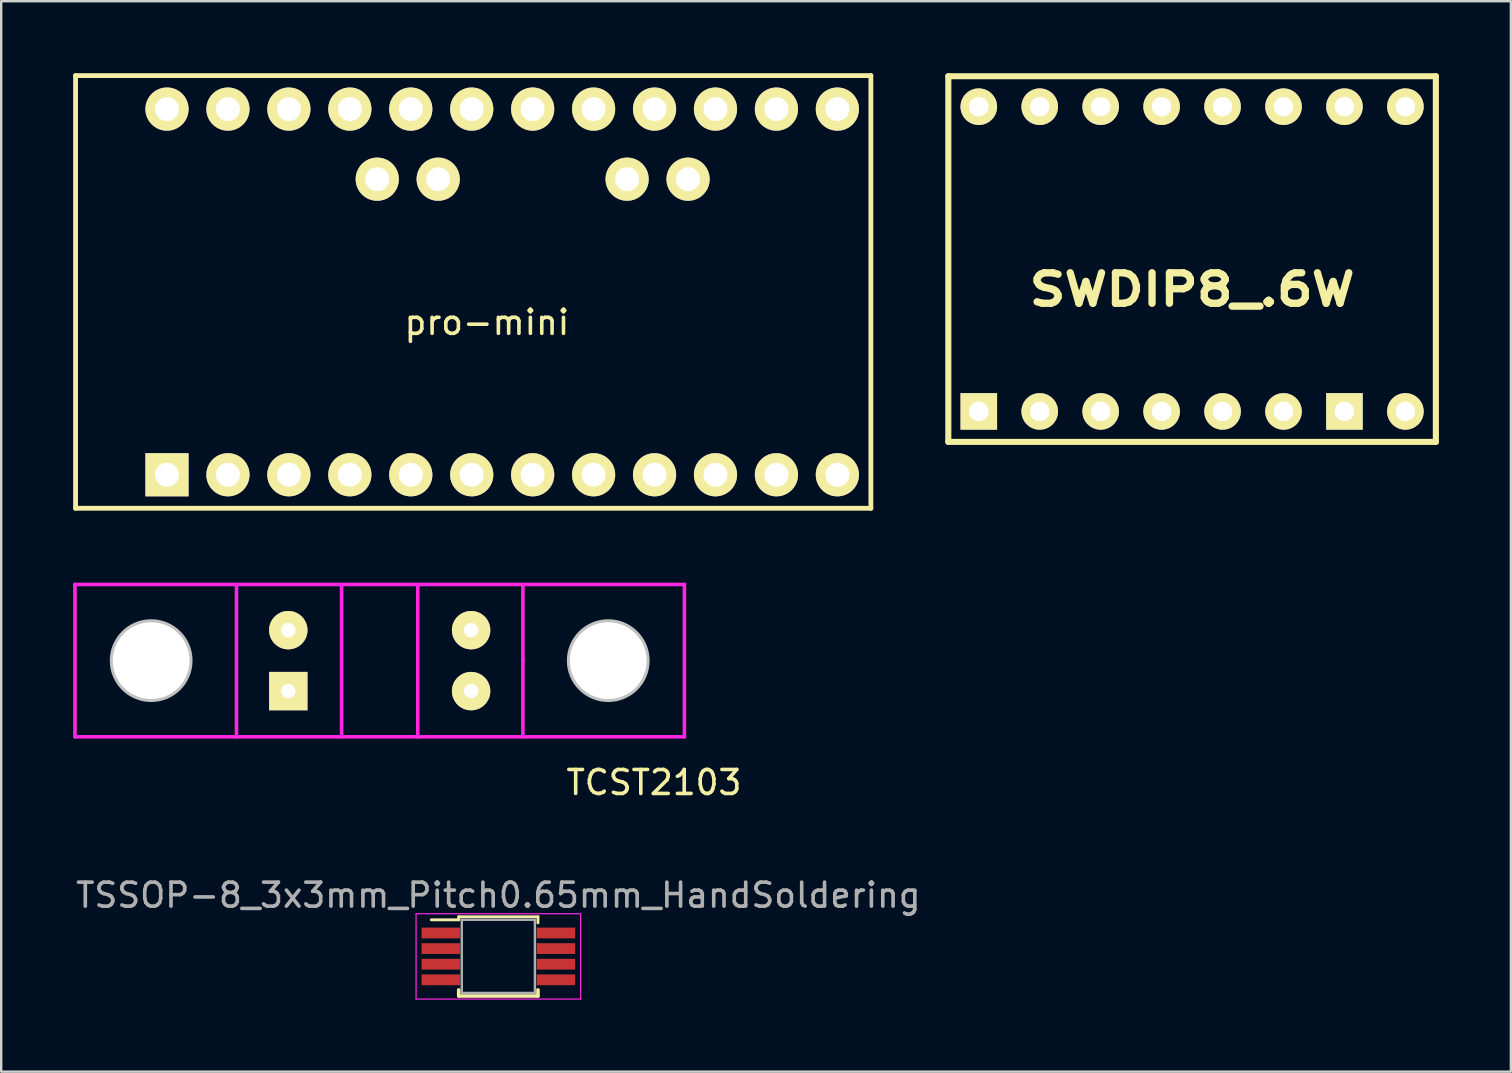
<source format=kicad_pcb>
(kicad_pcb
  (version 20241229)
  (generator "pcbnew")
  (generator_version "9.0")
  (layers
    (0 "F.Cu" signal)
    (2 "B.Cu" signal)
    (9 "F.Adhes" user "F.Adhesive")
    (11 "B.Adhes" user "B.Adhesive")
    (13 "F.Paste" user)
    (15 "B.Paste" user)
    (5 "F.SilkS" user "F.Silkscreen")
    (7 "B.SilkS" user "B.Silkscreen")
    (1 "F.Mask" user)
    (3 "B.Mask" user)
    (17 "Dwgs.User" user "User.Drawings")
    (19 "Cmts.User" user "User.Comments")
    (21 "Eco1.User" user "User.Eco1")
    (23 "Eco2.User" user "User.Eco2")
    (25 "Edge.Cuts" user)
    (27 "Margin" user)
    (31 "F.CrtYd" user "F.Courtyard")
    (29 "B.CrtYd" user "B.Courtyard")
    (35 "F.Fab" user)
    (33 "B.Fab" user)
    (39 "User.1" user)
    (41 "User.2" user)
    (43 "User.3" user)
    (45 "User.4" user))
  (footprint "TCST2103"
    (layer "F.Cu")
    (at 12.775 24.484)
    (property "Reference" "TCST2103" (at 11.43 5.08 0) (layer "F.SilkS") (effects (font (size 1 1) (thickness 0.15))))
    (attr through_hole)
    (fp_circle (center -9.525 0) (end -11.175 0) (stroke (width 0.15) (type solid)) (fill no) (layer "Dwgs.User"))
    (fp_circle (center 9.525 0) (end 11.175 0) (stroke (width 0.15) (type solid)) (fill no) (layer "Dwgs.User"))
    (fp_line (start -12.7 -3.175) (end -12.7 3.175) (stroke (width 0.15) (type solid)) (layer "F.CrtYd"))
    (fp_line (start -12.7 -3.175) (end 12.7 -3.175) (stroke (width 0.15) (type solid)) (layer "F.CrtYd"))
    (fp_line (start -5.969 -3.111) (end -5.969 3.175) (stroke (width 0.15) (type solid)) (layer "F.CrtYd"))
    (fp_line (start -1.587 -3.111) (end -1.587 3.175) (stroke (width 0.15) (type solid)) (layer "F.CrtYd"))
    (fp_line (start 1.587 -3.111) (end 1.587 3.175) (stroke (width 0.15) (type solid)) (layer "F.CrtYd"))
    (fp_line (start 5.969 0) (end 5.969 -3.111) (stroke (width 0.15) (type solid)) (layer "F.CrtYd"))
    (fp_line (start 5.969 0) (end 5.969 3.175) (stroke (width 0.15) (type solid)) (layer "F.CrtYd"))
    (fp_line (start 12.7 -3.175) (end 12.7 3.175) (stroke (width 0.15) (type solid)) (layer "F.CrtYd"))
    (fp_line (start 12.7 3.175) (end -12.7 3.175) (stroke (width 0.15) (type solid)) (layer "F.CrtYd"))
    (pad "" np_thru_hole circle (at -9.525 0) (size 3.2 3.2) (drill 3.2) (layers "*.Cu" "*.Mask" "F.SilkS"))
    (pad "" np_thru_hole circle (at 9.525 0) (size 3.2 3.2) (drill 3.2) (layers "*.Cu" "*.Mask" "F.SilkS"))
    (pad "1" thru_hole circle (at -3.81 -1.27) (size 1.6 1.6) (drill 0.6) (layers "*.Cu" "*.Mask" "F.SilkS"))
    (pad "2" thru_hole rect (at -3.81 1.27) (size 1.6 1.6) (drill 0.6) (layers "*.Cu" "*.Mask" "F.SilkS"))
    (pad "3" thru_hole circle (at 3.81 1.27) (size 1.6 1.6) (drill 0.6) (layers "*.Cu" "*.Mask" "F.SilkS"))
    (pad "4" thru_hole circle (at 3.81 -1.27) (size 1.6 1.6) (drill 0.6) (layers "*.Cu" "*.Mask" "F.SilkS")))
  (footprint "SWDIP8_.6W"
    (layer "F.Cu")
    (at 46.634 7.747)
    (property "Reference" "SWDIP8_.6W" (at 0 1.27 0) (layer "F.SilkS") (effects (font (size 1.27 1.524) (thickness 0.305))))
    (attr through_hole)
    (fp_line (start -10.16 -7.62) (end 10.16 -7.62) (stroke (width 0.254) (type solid)) (layer "F.SilkS"))
    (fp_line (start -10.16 7.62) (end -10.16 -7.62) (stroke (width 0.254) (type solid)) (layer "F.SilkS"))
    (fp_line (start 10.16 -7.62) (end 10.16 7.62) (stroke (width 0.254) (type solid)) (layer "F.SilkS"))
    (fp_line (start 10.16 7.62) (end -10.16 7.62) (stroke (width 0.254) (type solid)) (layer "F.SilkS"))
    (pad "1" thru_hole rect (at -8.89 6.35) (size 1.524 1.524) (drill 0.813) (layers "*.Cu" "*.Mask" "F.SilkS"))
    (pad "2" thru_hole circle (at -6.35 6.35) (size 1.524 1.524) (drill 0.813) (layers "*.Cu" "*.Mask" "F.SilkS"))
    (pad "3" thru_hole circle (at -3.81 6.35) (size 1.524 1.524) (drill 0.813) (layers "*.Cu" "*.Mask" "F.SilkS"))
    (pad "4" thru_hole circle (at -1.27 6.35) (size 1.524 1.524) (drill 0.813) (layers "*.Cu" "*.Mask" "F.SilkS"))
    (pad "5" thru_hole circle (at 1.27 6.35) (size 1.524 1.524) (drill 0.813) (layers "*.Cu" "*.Mask" "F.SilkS"))
    (pad "6" thru_hole circle (at 3.81 6.35) (size 1.524 1.524) (drill 0.813) (layers "*.Cu" "*.Mask" "F.SilkS"))
    (pad "7" thru_hole rect (at 6.35 6.35) (size 1.524 1.524) (drill 0.813) (layers "*.Cu" "*.Mask" "F.SilkS"))
    (pad "8" thru_hole circle (at 8.89 6.35) (size 1.524 1.524) (drill 0.813) (layers "*.Cu" "*.Mask" "F.SilkS"))
    (pad "9" thru_hole circle (at 8.89 -6.35) (size 1.524 1.524) (drill 0.813) (layers "*.Cu" "*.Mask" "F.SilkS"))
    (pad "10" thru_hole circle (at 6.35 -6.35) (size 1.524 1.524) (drill 0.813) (layers "*.Cu" "*.Mask" "F.SilkS"))
    (pad "11" thru_hole circle (at 3.81 -6.35) (size 1.524 1.524) (drill 0.813) (layers "*.Cu" "*.Mask" "F.SilkS"))
    (pad "12" thru_hole circle (at 1.27 -6.35) (size 1.524 1.524) (drill 0.813) (layers "*.Cu" "*.Mask" "F.SilkS"))
    (pad "13" thru_hole circle (at -1.27 -6.35) (size 1.524 1.524) (drill 0.813) (layers "*.Cu" "*.Mask" "F.SilkS"))
    (pad "14" thru_hole circle (at -3.81 -6.35) (size 1.524 1.524) (drill 0.813) (layers "*.Cu" "*.Mask" "F.SilkS"))
    (pad "15" thru_hole circle (at -6.35 -6.35) (size 1.524 1.524) (drill 0.813) (layers "*.Cu" "*.Mask" "F.SilkS"))
    (pad "16" thru_hole circle (at -8.89 -6.35) (size 1.524 1.524) (drill 0.813) (layers "*.Cu" "*.Mask" "F.SilkS")))
  (footprint "pro-mini"
    (layer "F.Cu")
    (at 16.61 9.117)
    (property "Reference" "pro-mini" (at 0.635 1.27 0) (layer "F.SilkS") (effects (font (size 1 1) (thickness 0.15))))
    (attr through_hole)
    (fp_line (start -16.51 -9.017) (end -16.51 9.017) (stroke (width 0.2) (type solid)) (layer "F.SilkS"))
    (fp_line (start -16.51 9.017) (end 16.637 9.017) (stroke (width 0.2) (type solid)) (layer "F.SilkS"))
    (fp_line (start 16.637 -9.017) (end -16.51 -9.017) (stroke (width 0.2) (type solid)) (layer "F.SilkS"))
    (fp_line (start 16.637 -9.017) (end 16.637 9.017) (stroke (width 0.2) (type solid)) (layer "F.SilkS"))
    (pad "1" thru_hole rect (at -12.7 7.62) (size 1.8 1.8) (drill 1) (layers "*.Cu" "*.Mask" "F.SilkS"))
    (pad "2" thru_hole circle (at -10.16 7.62) (size 1.8 1.8) (drill 1) (layers "*.Cu" "*.Mask" "F.SilkS"))
    (pad "3" thru_hole circle (at -7.62 7.62) (size 1.8 1.8) (drill 1) (layers "*.Cu" "*.Mask" "F.SilkS"))
    (pad "4" thru_hole circle (at -5.08 7.62) (size 1.8 1.8) (drill 1) (layers "*.Cu" "*.Mask" "F.SilkS"))
    (pad "5" thru_hole circle (at -2.54 7.62) (size 1.8 1.8) (drill 1) (layers "*.Cu" "*.Mask" "F.SilkS"))
    (pad "6" thru_hole circle (at 0 7.62) (size 1.8 1.8) (drill 1) (layers "*.Cu" "*.Mask" "F.SilkS"))
    (pad "7" thru_hole circle (at 2.54 7.62) (size 1.8 1.8) (drill 1) (layers "*.Cu" "*.Mask" "F.SilkS"))
    (pad "8" thru_hole circle (at 5.08 7.62) (size 1.8 1.8) (drill 1) (layers "*.Cu" "*.Mask" "F.SilkS"))
    (pad "9" thru_hole circle (at 7.62 7.62) (size 1.8 1.8) (drill 1) (layers "*.Cu" "*.Mask" "F.SilkS"))
    (pad "10" thru_hole circle (at 10.16 7.62) (size 1.8 1.8) (drill 1) (layers "*.Cu" "*.Mask" "F.SilkS"))
    (pad "11" thru_hole circle (at 12.7 7.62) (size 1.8 1.8) (drill 1) (layers "*.Cu" "*.Mask" "F.SilkS"))
    (pad "12" thru_hole circle (at 15.24 7.62) (size 1.8 1.8) (drill 1) (layers "*.Cu" "*.Mask" "F.SilkS"))
    (pad "13" thru_hole circle (at 15.24 -7.62) (size 1.8 1.8) (drill 1) (layers "*.Cu" "*.Mask" "F.SilkS"))
    (pad "14" thru_hole circle (at 12.7 -7.62) (size 1.8 1.8) (drill 1) (layers "*.Cu" "*.Mask" "F.SilkS"))
    (pad "15" thru_hole circle (at 10.16 -7.62) (size 1.8 1.8) (drill 1) (layers "*.Cu" "*.Mask" "F.SilkS"))
    (pad "16" thru_hole circle (at 7.62 -7.62) (size 1.8 1.8) (drill 1) (layers "*.Cu" "*.Mask" "F.SilkS"))
    (pad "17" thru_hole circle (at 9.017 -4.699) (size 1.8 1.8) (drill 1) (layers "*.Cu" "*.Mask" "F.SilkS"))
    (pad "18" thru_hole circle (at 6.477 -4.699) (size 1.8 1.8) (drill 1) (layers "*.Cu" "*.Mask" "F.SilkS"))
    (pad "19" thru_hole circle (at 5.08 -7.62) (size 1.8 1.8) (drill 1) (layers "*.Cu" "*.Mask" "F.SilkS"))
    (pad "20" thru_hole circle (at 2.54 -7.62) (size 1.8 1.8) (drill 1) (layers "*.Cu" "*.Mask" "F.SilkS"))
    (pad "21" thru_hole circle (at 0 -7.62) (size 1.8 1.8) (drill 1) (layers "*.Cu" "*.Mask" "F.SilkS"))
    (pad "22" thru_hole circle (at -2.54 -7.62) (size 1.8 1.8) (drill 1) (layers "*.Cu" "*.Mask" "F.SilkS"))
    (pad "23" thru_hole circle (at -1.397 -4.699) (size 1.8 1.8) (drill 1) (layers "*.Cu" "*.Mask" "F.SilkS"))
    (pad "24" thru_hole circle (at -3.937 -4.699) (size 1.8 1.8) (drill 1) (layers "*.Cu" "*.Mask" "F.SilkS"))
    (pad "25" thru_hole circle (at -5.08 -7.62) (size 1.8 1.8) (drill 1) (layers "*.Cu" "*.Mask" "F.SilkS"))
    (pad "26" thru_hole circle (at -7.62 -7.62) (size 1.8 1.8) (drill 1) (layers "*.Cu" "*.Mask" "F.SilkS"))
    (pad "27" thru_hole circle (at -10.16 -7.62) (size 1.8 1.8) (drill 1) (layers "*.Cu" "*.Mask" "F.SilkS"))
    (pad "28" thru_hole circle (at -12.7 -7.62) (size 1.8 1.8) (drill 1) (layers "*.Cu" "*.Mask" "F.SilkS")))
  (footprint "TSSOP-8_3x3mm_Pitch0.65mm_HandSoldering"
    (layer "F.Cu")
    (at 17.72 36.81)
    (property "Reference" "TSSOP-8_3x3mm_Pitch0.65mm_HandSoldering" (at 0 -2.55 0) (layer "F.Fab") (effects (font (size 1 1) (thickness 0.15))))
    (attr smd)
    (fp_line (start -1.651 -1.651) (end -1.651 -1.524) (stroke (width 0.12) (type solid)) (layer "F.SilkS"))
    (fp_line (start -1.651 -1.651) (end 1.651 -1.651) (stroke (width 0.12) (type solid)) (layer "F.SilkS"))
    (fp_line (start -1.651 -1.524) (end -2.794 -1.524) (stroke (width 0.12) (type solid)) (layer "F.SilkS"))
    (fp_line (start -1.651 1.651) (end -1.651 1.397) (stroke (width 0.15) (type solid)) (layer "F.SilkS"))
    (fp_line (start -1.651 1.651) (end 1.651 1.651) (stroke (width 0.15) (type solid)) (layer "F.SilkS"))
    (fp_line (start 1.651 -1.651) (end 1.651 -1.397) (stroke (width 0.12) (type solid)) (layer "F.SilkS"))
    (fp_line (start 1.651 1.651) (end 1.651 1.397) (stroke (width 0.15) (type solid)) (layer "F.SilkS"))
    (fp_line (start -3.429 -1.778) (end -3.429 1.778) (stroke (width 0.05) (type solid)) (layer "F.CrtYd"))
    (fp_line (start -3.429 -1.778) (end 3.429 -1.778) (stroke (width 0.05) (type solid)) (layer "F.CrtYd"))
    (fp_line (start -3.429 1.778) (end 3.429 1.778) (stroke (width 0.05) (type solid)) (layer "F.CrtYd"))
    (fp_line (start 3.429 -1.778) (end 3.429 1.778) (stroke (width 0.05) (type solid)) (layer "F.CrtYd"))
    (fp_line (start -1.524 -1.524) (end 1.524 -1.524) (stroke (width 0.1) (type solid)) (layer "F.Fab"))
    (fp_line (start -1.524 1.524) (end -1.524 -1.524) (stroke (width 0.1) (type solid)) (layer "F.Fab"))
    (fp_line (start 1.524 -1.524) (end 1.524 1.524) (stroke (width 0.1) (type solid)) (layer "F.Fab"))
    (fp_line (start 1.524 1.524) (end -1.524 1.524) (stroke (width 0.1) (type solid)) (layer "F.Fab"))
    (pad "1" smd rect (at -2.4 -0.975) (size 1.6 0.45) (layers "F.Cu" "F.Mask" "F.Paste"))
    (pad "2" smd rect (at -2.4 -0.325) (size 1.6 0.45) (layers "F.Cu" "F.Mask" "F.Paste"))
    (pad "3" smd rect (at -2.4 0.325) (size 1.6 0.45) (layers "F.Cu" "F.Mask" "F.Paste"))
    (pad "4" smd rect (at -2.4 0.975) (size 1.6 0.45) (layers "F.Cu" "F.Mask" "F.Paste"))
    (pad "5" smd rect (at 2.4 0.975) (size 1.6 0.45) (layers "F.Cu" "F.Mask" "F.Paste"))
    (pad "6" smd rect (at 2.4 0.325) (size 1.6 0.45) (layers "F.Cu" "F.Mask" "F.Paste"))
    (pad "7" smd rect (at 2.4 -0.325) (size 1.6 0.45) (layers "F.Cu" "F.Mask" "F.Paste"))
    (pad "8" smd rect (at 2.4 -0.975) (size 1.6 0.45) (layers "F.Cu" "F.Mask" "F.Paste")))
  (gr_rect
    (start -3 -3)
    (end 59.921 41.614)
    (stroke (width 0.1) (type default))
    (fill no)
    (layer "Edge.Cuts")))
</source>
